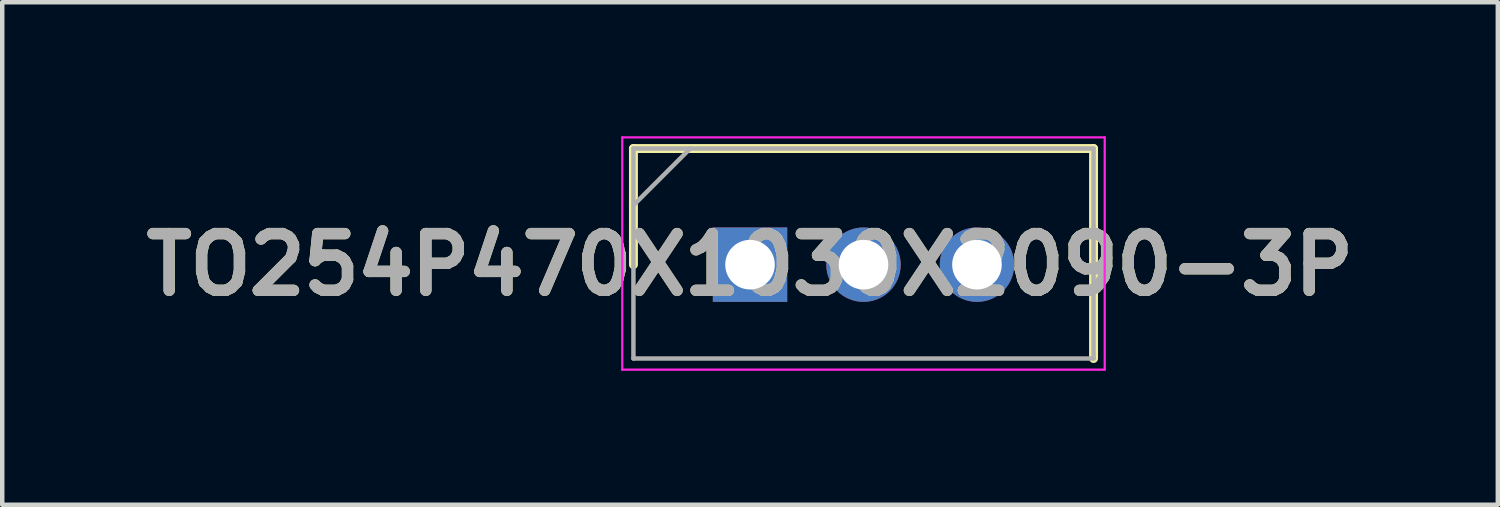
<source format=kicad_pcb>
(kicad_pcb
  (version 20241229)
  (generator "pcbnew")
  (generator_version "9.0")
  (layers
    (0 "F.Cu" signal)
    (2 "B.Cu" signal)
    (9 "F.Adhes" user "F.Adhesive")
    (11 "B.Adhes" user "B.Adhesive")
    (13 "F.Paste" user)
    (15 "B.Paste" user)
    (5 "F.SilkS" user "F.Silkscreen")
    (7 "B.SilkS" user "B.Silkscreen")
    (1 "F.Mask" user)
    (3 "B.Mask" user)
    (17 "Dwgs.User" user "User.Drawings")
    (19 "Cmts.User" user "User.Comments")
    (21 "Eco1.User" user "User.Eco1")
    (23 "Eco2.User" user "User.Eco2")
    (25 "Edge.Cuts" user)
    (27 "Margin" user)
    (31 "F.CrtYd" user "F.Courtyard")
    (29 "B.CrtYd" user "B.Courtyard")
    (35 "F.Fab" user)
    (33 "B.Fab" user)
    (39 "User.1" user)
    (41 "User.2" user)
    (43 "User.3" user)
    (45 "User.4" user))
  (footprint "TO254P470X1030X2090-3P"
    (layer "F.Cu")
    (at 13.74 2.875)
    (property "Reference" "TO254P470X1030X2090-3P" (at 0 0 0) (layer "F.SilkS") (effects (font (size 1.27 1.27) (thickness 0.254))))
    (attr through_hole)
    (fp_line (start -2.61 -2.6) (end -2.61 0) (stroke (width 0.2) (type solid)) (layer "F.SilkS"))
    (fp_line (start 7.69 -2.6) (end -2.61 -2.6) (stroke (width 0.2) (type solid)) (layer "F.SilkS"))
    (fp_line (start 7.69 2.1) (end 7.69 -2.6) (stroke (width 0.2) (type solid)) (layer "F.SilkS"))
    (fp_line (start -2.86 -2.85) (end 7.94 -2.85) (stroke (width 0.05) (type solid)) (layer "F.CrtYd"))
    (fp_line (start -2.86 2.35) (end -2.86 -2.85) (stroke (width 0.05) (type solid)) (layer "F.CrtYd"))
    (fp_line (start 7.94 -2.85) (end 7.94 2.35) (stroke (width 0.05) (type solid)) (layer "F.CrtYd"))
    (fp_line (start 7.94 2.35) (end -2.86 2.35) (stroke (width 0.05) (type solid)) (layer "F.CrtYd"))
    (fp_line (start -2.61 -2.6) (end 7.69 -2.6) (stroke (width 0.1) (type solid)) (layer "F.Fab"))
    (fp_line (start -2.61 -1.33) (end -1.34 -2.6) (stroke (width 0.1) (type solid)) (layer "F.Fab"))
    (fp_line (start -2.61 2.1) (end -2.61 -2.6) (stroke (width 0.1) (type solid)) (layer "F.Fab"))
    (fp_line (start 7.69 -2.6) (end 7.69 2.1) (stroke (width 0.1) (type solid)) (layer "F.Fab"))
    (fp_line (start 7.69 2.1) (end -2.61 2.1) (stroke (width 0.1) (type solid)) (layer "F.Fab"))
    (fp_text user "${REFERENCE}" (at 0 0 0) (layer "F.Fab") (effects (font (size 1.27 1.27) (thickness 0.254))))
    (pad "1" thru_hole rect (at 0 0) (size 1.665 1.665) (drill 1.11) (layers "*.Cu" "*.Mask"))
    (pad "2" thru_hole circle (at 2.54 0) (size 1.665 1.665) (drill 1.11) (layers "*.Cu" "*.Mask"))
    (pad "3" thru_hole circle (at 5.08 0) (size 1.665 1.665) (drill 1.11) (layers "*.Cu" "*.Mask")))
  (gr_rect
    (start -3 -3)
    (end 30.48 8.25)
    (stroke (width 0.1) (type default))
    (fill no)
    (layer "Edge.Cuts")))
</source>
